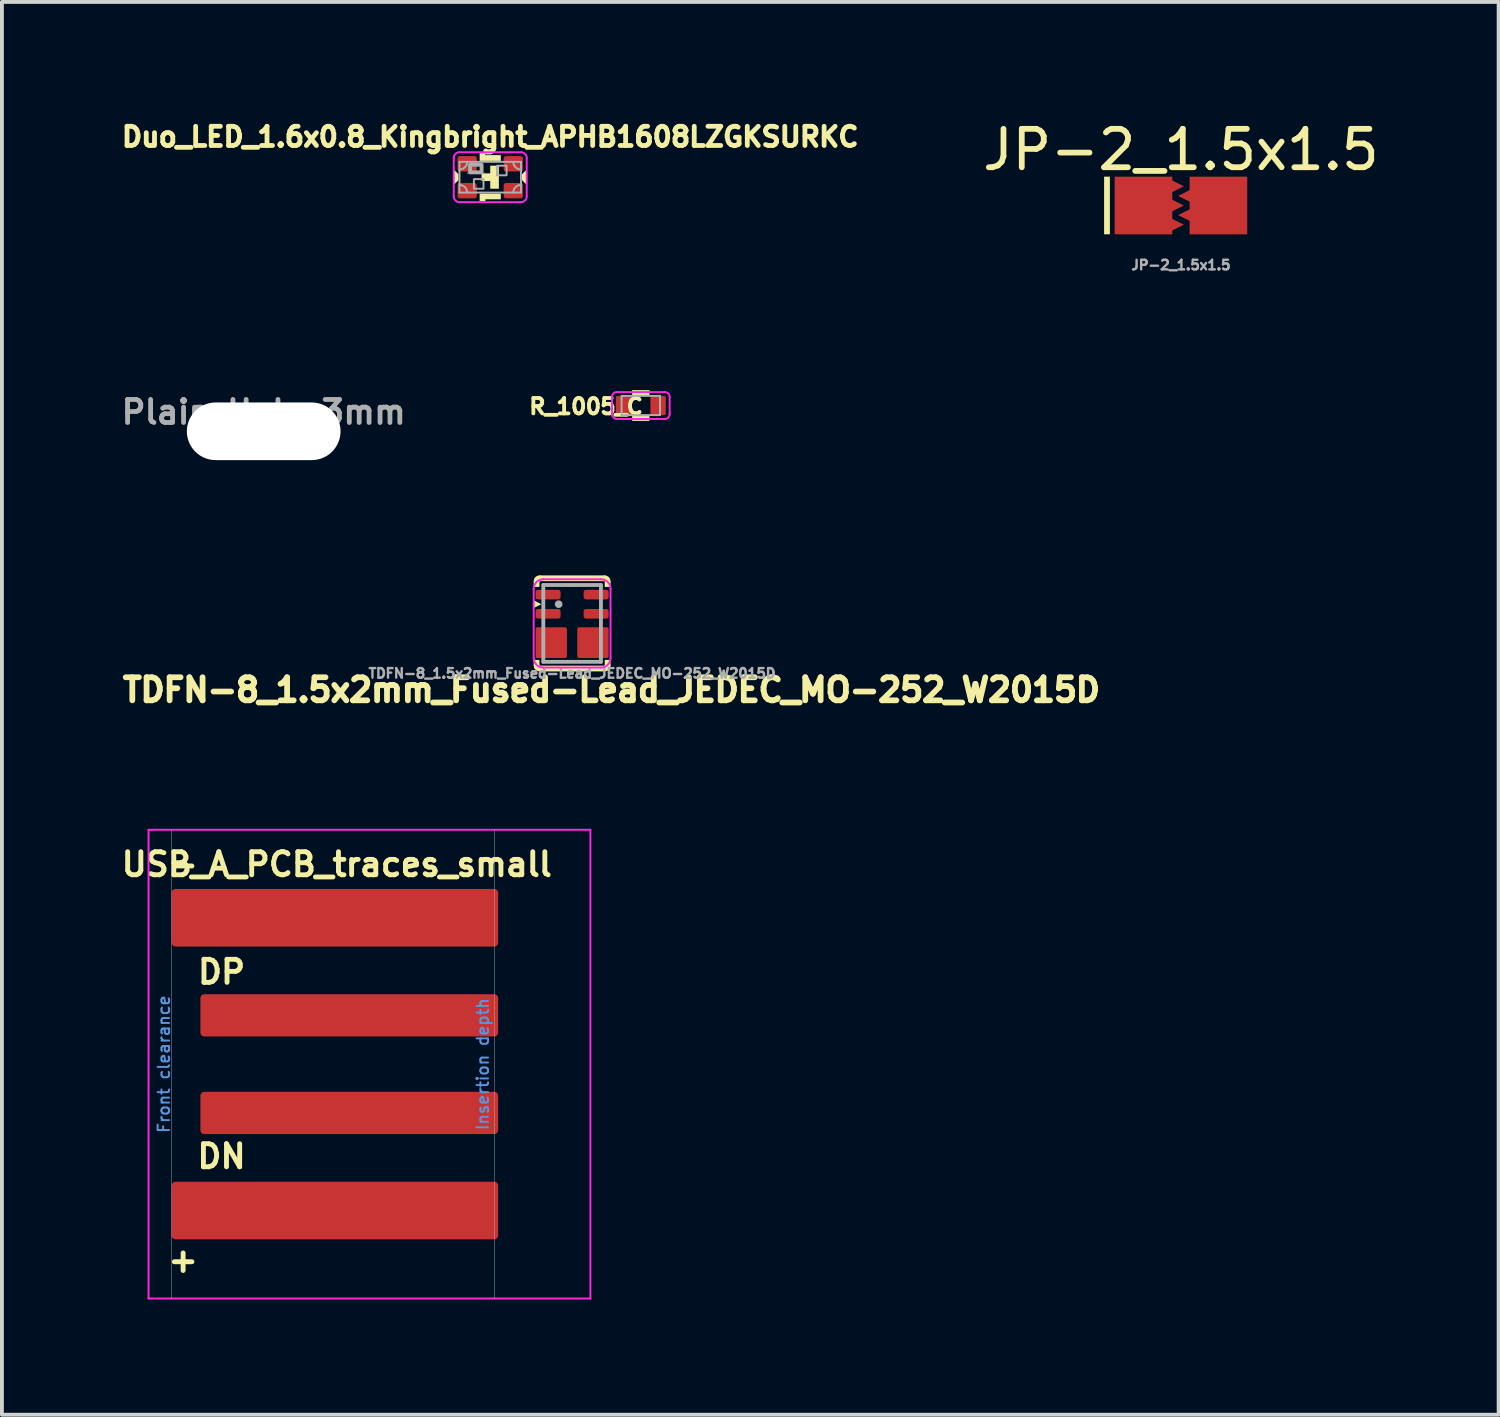
<source format=kicad_pcb>
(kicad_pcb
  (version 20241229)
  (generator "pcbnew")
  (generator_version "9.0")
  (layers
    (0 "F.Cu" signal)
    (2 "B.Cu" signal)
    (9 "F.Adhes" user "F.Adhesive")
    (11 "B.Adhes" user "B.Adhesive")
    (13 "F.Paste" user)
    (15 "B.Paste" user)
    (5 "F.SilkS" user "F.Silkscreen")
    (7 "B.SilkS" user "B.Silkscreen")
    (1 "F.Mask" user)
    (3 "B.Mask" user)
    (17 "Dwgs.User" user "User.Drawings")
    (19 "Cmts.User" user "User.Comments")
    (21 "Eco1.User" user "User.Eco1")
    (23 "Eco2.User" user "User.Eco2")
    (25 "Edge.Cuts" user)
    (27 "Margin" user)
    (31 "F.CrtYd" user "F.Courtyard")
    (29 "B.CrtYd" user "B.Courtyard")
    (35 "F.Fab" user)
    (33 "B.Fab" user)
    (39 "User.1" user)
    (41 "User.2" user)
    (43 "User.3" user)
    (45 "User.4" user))
  (footprint "JP-2_1.5x1.5"
    (layer "F.Cu")
    (at 27.686 2.348)
    (property "Reference" "JP-2_1.5x1.5" (at 0 -1.5 0) (unlocked yes) (layer "F.SilkS") (effects (font (size 1 1) (thickness 0.15))))
    (attr exclude_from_pos_files allow_soldermask_bridges)
    (fp_poly (pts (xy 0.35 -0.8) (xy 0.35 0.7) (xy -0.35 0.7) (xy -0.35 -0.8)) (stroke (width 0) (type solid)) (fill yes) (layer "F.Mask"))
    (fp_poly (pts (xy -1.85 0.7) (xy -2 0.7) (xy -2 -0.8) (xy -1.85 -0.8)) (stroke (width 0) (type solid)) (fill yes) (layer "F.SilkS"))
    (fp_text user "${REFERENCE}" (at 0 1.5 0) (unlocked yes) (layer "F.Fab") (effects (font (size 0.25 0.25) (thickness 0.062))))
    (pad "1" connect custom (at -0.975 -0.05 90) (size 1.5 1.5) (layers "F.Cu" "F.Mask") (options (anchor rect)) (primitives (gr_poly (pts (xy -0.000001 1.05) (xy -0.25 0.55) (xy 0.25 0.55)) (width 0) (fill yes)) (gr_poly (pts (xy -0.5 1.05) (xy -0.75 0.55) (xy -0.25 0.55)) (width 0) (fill yes)) (gr_poly (pts (xy 0.5 1.05) (xy 0.25 0.55) (xy 0.75 0.55)) (width 0) (fill yes))))
    (pad "2" connect custom (at 0.975 -0.05 90) (size 1.5 1.5) (layers "F.Cu" "F.Mask") (options (anchor rect)) (primitives (gr_poly (pts (xy -0.25 -1.05) (xy -0.000007 -0.55) (xy -0.5 -0.55)) (width 0) (fill yes)) (gr_poly (pts (xy 0.25 -1.05) (xy 0.5 -0.55) (xy -0.000001 -0.55)) (width 0) (fill yes)))))
  (footprint "R_1005_C"
    (layer "F.Cu")
    (at 13.628 7.504)
    (property "Reference" "R_1005_C" (at -1.425 0.025 0) (layer "F.SilkS") (effects (font (size 0.4 0.4) (thickness 0.1))))
    (attr smd)
    (fp_poly (pts (xy 0.225 -0.275) (xy -0.225 -0.275) (xy -0.225 -0.4) (xy 0.225 -0.4)) (stroke (width 0) (type solid)) (fill yes) (layer "F.SilkS"))
    (fp_poly (pts (xy 0.225 0.4) (xy -0.225 0.4) (xy -0.225 0.275) (xy 0.225 0.275)) (stroke (width 0) (type solid)) (fill yes) (layer "F.SilkS"))
    (fp_line (start -0.75 0.225) (end -0.75 -0.225) (stroke (width 0.05) (type solid)) (layer "F.CrtYd"))
    (fp_line (start -0.625 -0.35) (end 0.625 -0.35) (stroke (width 0.05) (type solid)) (layer "F.CrtYd"))
    (fp_line (start 0.625 0.35) (end -0.625 0.35) (stroke (width 0.05) (type solid)) (layer "F.CrtYd"))
    (fp_line (start 0.75 -0.225) (end 0.75 0.225) (stroke (width 0.05) (type solid)) (layer "F.CrtYd"))
    (fp_arc (start -0.75 -0.225) (mid -0.713389 -0.313389) (end -0.625 -0.35) (stroke (width 0.05) (type solid)) (layer "F.CrtYd"))
    (fp_arc (start -0.625 0.35) (mid -0.713389 0.313389) (end -0.75 0.225) (stroke (width 0.05) (type solid)) (layer "F.CrtYd"))
    (fp_arc (start 0.625 -0.35) (mid 0.713388 -0.313388) (end 0.75 -0.225) (stroke (width 0.05) (type solid)) (layer "F.CrtYd"))
    (fp_arc (start 0.75 0.225) (mid 0.713388 0.313388) (end 0.625 0.35) (stroke (width 0.05) (type solid)) (layer "F.CrtYd"))
    (fp_line (start -0.5 -0.25) (end 0.5 -0.25) (stroke (width 0.05) (type solid)) (layer "F.Fab"))
    (fp_line (start -0.5 0.25) (end -0.5 -0.25) (stroke (width 0.05) (type solid)) (layer "F.Fab"))
    (fp_line (start 0.5 -0.25) (end 0.5 0.25) (stroke (width 0.05) (type solid)) (layer "F.Fab"))
    (fp_line (start 0.5 0.25) (end -0.5 0.25) (stroke (width 0.05) (type solid)) (layer "F.Fab"))
    (pad "1" smd roundrect (at -0.45 0 180) (size 0.4 0.5) (layers "F.Cu" "F.Mask" "F.Paste") (roundrect_rratio 0.1))
    (pad "2" smd roundrect (at 0.45 0 180) (size 0.4 0.5) (layers "F.Cu" "F.Mask" "F.Paste") (roundrect_rratio 0.1)))
  (footprint "USB_A_PCB_traces_small"
    (layer "F.Cu")
    (at 0.816 24.646)
    (property "Reference" "USB_A_PCB_traces_small" (at 4.9 -5.2 180) (layer "F.SilkS") (effects (font (size 0.6 0.6) (thickness 0.127))))
    (attr exclude_from_pos_files)
    (fp_line (start 0.6 -6.1) (end 0.6 6.1) (stroke (width 0.01) (type solid)) (layer "Dwgs.User"))
    (fp_line (start 9 -6.1) (end 9 6.1) (stroke (width 0.01) (type solid)) (layer "Dwgs.User"))
    (fp_line (start 0 -6.1) (end 0 6.1) (stroke (width 0.05) (type solid)) (layer "F.CrtYd"))
    (fp_line (start 0 -6.1) (end 11.5 -6.1) (stroke (width 0.05) (type solid)) (layer "F.CrtYd"))
    (fp_line (start 11.5 -6.1) (end 11.5 6.1) (stroke (width 0.05) (type solid)) (layer "F.CrtYd"))
    (fp_line (start 11.5 6.1) (end 0 6.1) (stroke (width 0.05) (type solid)) (layer "F.CrtYd"))
    (fp_text user "+" (at 0.9 5.1 0) (layer "F.SilkS") (effects (font (size 0.6 0.6) (thickness 0.127))))
    (fp_text user "-" (at 0.9 -5.2 0) (layer "F.SilkS") (effects (font (size 0.6 0.6) (thickness 0.127))))
    (fp_text user "DN" (at 1.9 2.4 0) (layer "F.SilkS") (effects (font (size 0.6 0.6) (thickness 0.127))))
    (fp_text user "DP" (at 1.9 -2.4 0) (layer "F.SilkS") (effects (font (size 0.6 0.6) (thickness 0.127))))
    (fp_text user "Front clearance" (at 0.4 0 270) (layer "Cmts.User") (effects (font (size 0.3 0.3) (thickness 0.05))))
    (fp_text user "Insertion depth" (at 8.7 0 270) (layer "Cmts.User") (effects (font (size 0.3 0.3) (thickness 0.05))))
    (pad "1" connect roundrect (at 4.85 3.81) (size 8.5 1.5) (layers "F.Cu" "F.Mask") (roundrect_rratio 0.067))
    (pad "2" connect roundrect (at 5.225 1.27) (size 7.75 1.1) (layers "F.Cu" "F.Mask") (roundrect_rratio 0.091))
    (pad "3" connect roundrect (at 5.225 -1.27) (size 7.75 1.1) (layers "F.Cu" "F.Mask") (roundrect_rratio 0.091))
    (pad "4" connect roundrect (at 4.85 -3.81) (size 8.5 1.5) (layers "F.Cu" "F.Mask") (roundrect_rratio 0.067)))
  (footprint "Duo_LED_1.6x0.8_Kingbright_APHB1608LZGKSURKC"
    (layer "F.Cu")
    (at 9.709 1.562)
    (property "Reference" "Duo_LED_1.6x0.8_Kingbright_APHB1608LZGKSURKC" (at 0 -1.05 0) (layer "F.SilkS") (effects (font (size 0.5 0.5) (thickness 0.125))))
    (attr smd)
    (fp_poly (pts (xy -0.825 -0.075) (xy -0.825 0.075) (xy -0.95 0.2) (xy -0.95 -0.2)) (stroke (width 0) (type solid)) (fill yes) (layer "F.SilkS"))
    (fp_poly (pts (xy 0.825 -0.075) (xy 0.825 0.075) (xy 0.95 0.2) (xy 0.95 -0.2)) (stroke (width 0) (type solid)) (fill yes) (layer "F.SilkS"))
    (fp_poly (pts (xy -0.275 -0.425) (xy 0.275 -0.425) (xy 0.275 -0.575) (xy -0.125 -0.575) (xy -0.125 -0.625) (xy -0.275 -0.625)) (stroke (width 0) (type solid)) (fill yes) (layer "F.SilkS"))
    (fp_poly (pts (xy -0.275 0.425) (xy 0.275 0.425) (xy 0.275 0.575) (xy -0.125 0.575) (xy -0.125 0.625) (xy -0.275 0.625)) (stroke (width 0) (type solid)) (fill yes) (layer "F.SilkS"))
    (fp_poly (pts (xy 0.225 0.3) (xy 0.225 -0.3) (xy 0 -0.3) (xy 0 -0.1) (xy -0.225 -0.1) (xy -0.225 0.1) (xy 0 0.1) (xy 0 0.3)) (stroke (width 0) (type solid)) (fill yes) (layer "F.SilkS"))
    (fp_line (start -0.95 0.5) (end -0.95 -0.5) (stroke (width 0.05) (type solid)) (layer "F.CrtYd"))
    (fp_line (start -0.8 -0.65) (end 0.8 -0.65) (stroke (width 0.05) (type solid)) (layer "F.CrtYd"))
    (fp_line (start 0.8 0.65) (end -0.8 0.65) (stroke (width 0.05) (type solid)) (layer "F.CrtYd"))
    (fp_line (start 0.95 -0.5) (end 0.95 0.5) (stroke (width 0.05) (type solid)) (layer "F.CrtYd"))
    (fp_arc (start -0.95 -0.5) (mid -0.906066 -0.606066) (end -0.8 -0.65) (stroke (width 0.05) (type solid)) (layer "F.CrtYd"))
    (fp_arc (start -0.8 0.65) (mid -0.906066 0.606066) (end -0.95 0.5) (stroke (width 0.05) (type solid)) (layer "F.CrtYd"))
    (fp_arc (start 0.8 -0.65) (mid 0.906066 -0.606066) (end 0.95 -0.5) (stroke (width 0.05) (type solid)) (layer "F.CrtYd"))
    (fp_arc (start 0.95 0.5) (mid 0.906066 0.606066) (end 0.8 0.65) (stroke (width 0.05) (type solid)) (layer "F.CrtYd"))
    (fp_line (start -0.8 -0.4) (end 0.8 -0.4) (stroke (width 0.05) (type solid)) (layer "F.Fab"))
    (fp_line (start -0.8 0.4) (end -0.8 -0.4) (stroke (width 0.05) (type solid)) (layer "F.Fab"))
    (fp_line (start 0.8 -0.4) (end 0.8 0.4) (stroke (width 0.05) (type solid)) (layer "F.Fab"))
    (fp_line (start 0.8 0.4) (end -0.8 0.4) (stroke (width 0.05) (type solid)) (layer "F.Fab"))
    (fp_rect (start -0.525 -0.325) (end -0.225 -0.125) (stroke (width 0.1) (type solid)) (fill no) (layer "F.Fab"))
    (fp_rect (start -0.425 0.05) (end -0.175 0.3) (stroke (width 0.05) (type solid)) (fill no) (layer "F.Fab"))
    (fp_rect (start 0.175 -0.3) (end 0.425 -0.05) (stroke (width 0.05) (type solid)) (fill no) (layer "F.Fab"))
    (fp_arc (start -0.799999 0.199999) (mid -0.658578 0.258578) (end -0.6 0.4) (stroke (width 0.05) (type solid)) (layer "F.Fab"))
    (fp_arc (start -0.599999 -0.399999) (mid -0.658578 -0.258578) (end -0.8 -0.2) (stroke (width 0.05) (type solid)) (layer "F.Fab"))
    (fp_arc (start 0.599999 0.399999) (mid 0.658578 0.258578) (end 0.8 0.2) (stroke (width 0.05) (type solid)) (layer "F.Fab"))
    (fp_arc (start 0.799999 -0.199999) (mid 0.658578 -0.258578) (end 0.6 -0.4) (stroke (width 0.05) (type solid)) (layer "F.Fab"))
    (fp_text user "GREEN TOPSIDE MARKER" (at -0.375 -0.1 0) (unlocked yes) (layer "F.Fab") (effects (font (size 0.025 0.025) (thickness 0.006))))
    (pad "GA" smd roundrect (at 0.6 0.35) (size 0.5 0.4) (layers "F.Cu" "F.Mask" "F.Paste") (roundrect_rratio 0.15))
    (pad "GK" smd roundrect (at -0.6 0.35) (size 0.5 0.4) (layers "F.Cu" "F.Mask" "F.Paste") (roundrect_rratio 0.15))
    (pad "RA" smd roundrect (at 0.6 -0.35) (size 0.5 0.4) (layers "F.Cu" "F.Mask" "F.Paste") (roundrect_rratio 0.15))
    (pad "RK" smd roundrect (at -0.6 -0.35) (size 0.5 0.4) (layers "F.Cu" "F.Mask" "F.Paste") (roundrect_rratio 0.15)))
  (footprint "TDFN-8_1.5x2mm_Fused-Lead_JEDEC_MO-252_W2015D"
    (layer "F.Cu")
    (at 11.84 13.175)
    (property "Reference" "TDFN-8_1.5x2mm_Fused-Lead_JEDEC_MO-252_W2015D" (at 1.025 1.732 0) (layer "F.SilkS") (effects (font (size 0.6 0.6) (thickness 0.15))))
    (attr smd)
    (fp_arc (start -0.925 -1.1) (mid -0.903033 -1.153033) (end -0.85 -1.175) (stroke (width 0.15) (type solid)) (layer "F.SilkS"))
    (fp_arc (start -0.85 1.175) (mid -0.903033 1.153033) (end -0.925 1.1) (stroke (width 0.15) (type solid)) (layer "F.SilkS"))
    (fp_arc (start 0.85 -1.175) (mid 0.903033 -1.153033) (end 0.925 -1.1) (stroke (width 0.15) (type solid)) (layer "F.SilkS"))
    (fp_arc (start 0.925 1.1) (mid 0.903033 1.153033) (end 0.85 1.175) (stroke (width 0.15) (type solid)) (layer "F.SilkS"))
    (fp_poly (pts (xy -0.8 -0.5) (xy -1 -0.4) (xy -1 -0.6)) (stroke (width 0) (type solid)) (fill yes) (layer "F.SilkS"))
    (fp_poly (pts (xy -1 0.95) (xy -0.85 0.95) (xy -0.85 1.1) (xy 0.85 1.1) (xy 0.85 0.95) (xy 1 0.95) (xy 1 1.1) (xy 0.85 1.25) (xy -0.85 1.25) (xy -1 1.1)) (stroke (width 0) (type solid)) (fill yes) (layer "F.SilkS"))
    (fp_poly (pts (xy 1 -0.95) (xy 0.85 -0.95) (xy 0.85 -1.1) (xy -0.85 -1.1) (xy -0.85 -0.95) (xy -1 -0.95) (xy -1 -1.1) (xy -0.85 -1.25) (xy 0.85 -1.25) (xy 1 -1.1)) (stroke (width 0) (type solid)) (fill yes) (layer "F.SilkS"))
    (fp_line (start -1 -0.9) (end -1 0.9) (stroke (width 0.05) (type solid)) (layer "F.CrtYd"))
    (fp_line (start -0.75 1.15) (end 0.75 1.15) (stroke (width 0.05) (type solid)) (layer "F.CrtYd"))
    (fp_line (start 0.75 -1.15) (end -0.75 -1.15) (stroke (width 0.05) (type solid)) (layer "F.CrtYd"))
    (fp_line (start 1 -0.9) (end 1 0.9) (stroke (width 0.05) (type solid)) (layer "F.CrtYd"))
    (fp_arc (start -1 -0.9) (mid -0.926777 -1.076777) (end -0.75 -1.15) (stroke (width 0.05) (type solid)) (layer "F.CrtYd"))
    (fp_arc (start -0.75 1.15) (mid -0.926777 1.076777) (end -1 0.9) (stroke (width 0.05) (type solid)) (layer "F.CrtYd"))
    (fp_arc (start 0.75 -1.15) (mid 0.926777 -1.076777) (end 1 -0.9) (stroke (width 0.05) (type solid)) (layer "F.CrtYd"))
    (fp_arc (start 1 0.9) (mid 0.926777 1.076777) (end 0.75 1.15) (stroke (width 0.05) (type solid)) (layer "F.CrtYd"))
    (fp_line (start -0.75 -1) (end 0.75 -1) (stroke (width 0.1) (type solid)) (layer "F.Fab"))
    (fp_line (start -0.75 1) (end -0.75 -1) (stroke (width 0.1) (type solid)) (layer "F.Fab"))
    (fp_line (start 0.75 -1) (end 0.75 1) (stroke (width 0.1) (type solid)) (layer "F.Fab"))
    (fp_line (start 0.75 1) (end -0.75 1) (stroke (width 0.1) (type solid)) (layer "F.Fab"))
    (fp_circle (center -0.35 -0.5) (end -0.3 -0.5) (stroke (width 0.1) (type solid)) (fill no) (layer "F.Fab"))
    (fp_text user "${REFERENCE}" (at 0 1.3 0) (unlocked yes) (layer "F.Fab") (effects (font (size 0.25 0.25) (thickness 0.062))))
    (pad "1" smd roundrect (at -0.625 -0.75) (size 0.65 0.25) (layers "F.Cu" "F.Mask" "F.Paste") (roundrect_rratio 0.25))
    (pad "2" smd roundrect (at -0.625 -0.25) (size 0.65 0.25) (layers "F.Cu" "F.Mask" "F.Paste") (roundrect_rratio 0.25))
    (pad "3" smd roundrect (at -0.542 0.5) (size 0.815 0.8) (layers "F.Cu" "F.Mask" "F.Paste") (roundrect_rratio 0.062))
    (pad "5" smd roundrect (at 0.542 0.5) (size 0.815 0.8) (layers "F.Cu" "F.Mask" "F.Paste") (roundrect_rratio 0.062))
    (pad "7" smd roundrect (at 0.625 -0.25) (size 0.65 0.25) (layers "F.Cu" "F.Mask" "F.Paste") (roundrect_rratio 0.25))
    (pad "8" smd roundrect (at 0.625 -0.75) (size 0.65 0.25) (layers "F.Cu" "F.Mask" "F.Paste") (roundrect_rratio 0.25)))
  (footprint "Plain_Hole_3mm"
    (layer "F.Cu")
    (at 3.813 8.175)
    (property "Reference" "Plain_Hole_3mm" (at 0 -0.5 0) (layer "F.Fab") (effects (font (size 0.6 0.6) (thickness 0.125))))
    (attr exclude_from_pos_files)
    (pad "" np_thru_hole oval (at 0 0) (size 4 1.5) (drill oval 4 1.5) (layers "*.Cu" "*.Mask")))
  (gr_rect
    (start -3 -3)
    (end 35.954 33.771)
    (stroke (width 0.1) (type default))
    (fill no)
    (layer "Edge.Cuts")))
</source>
